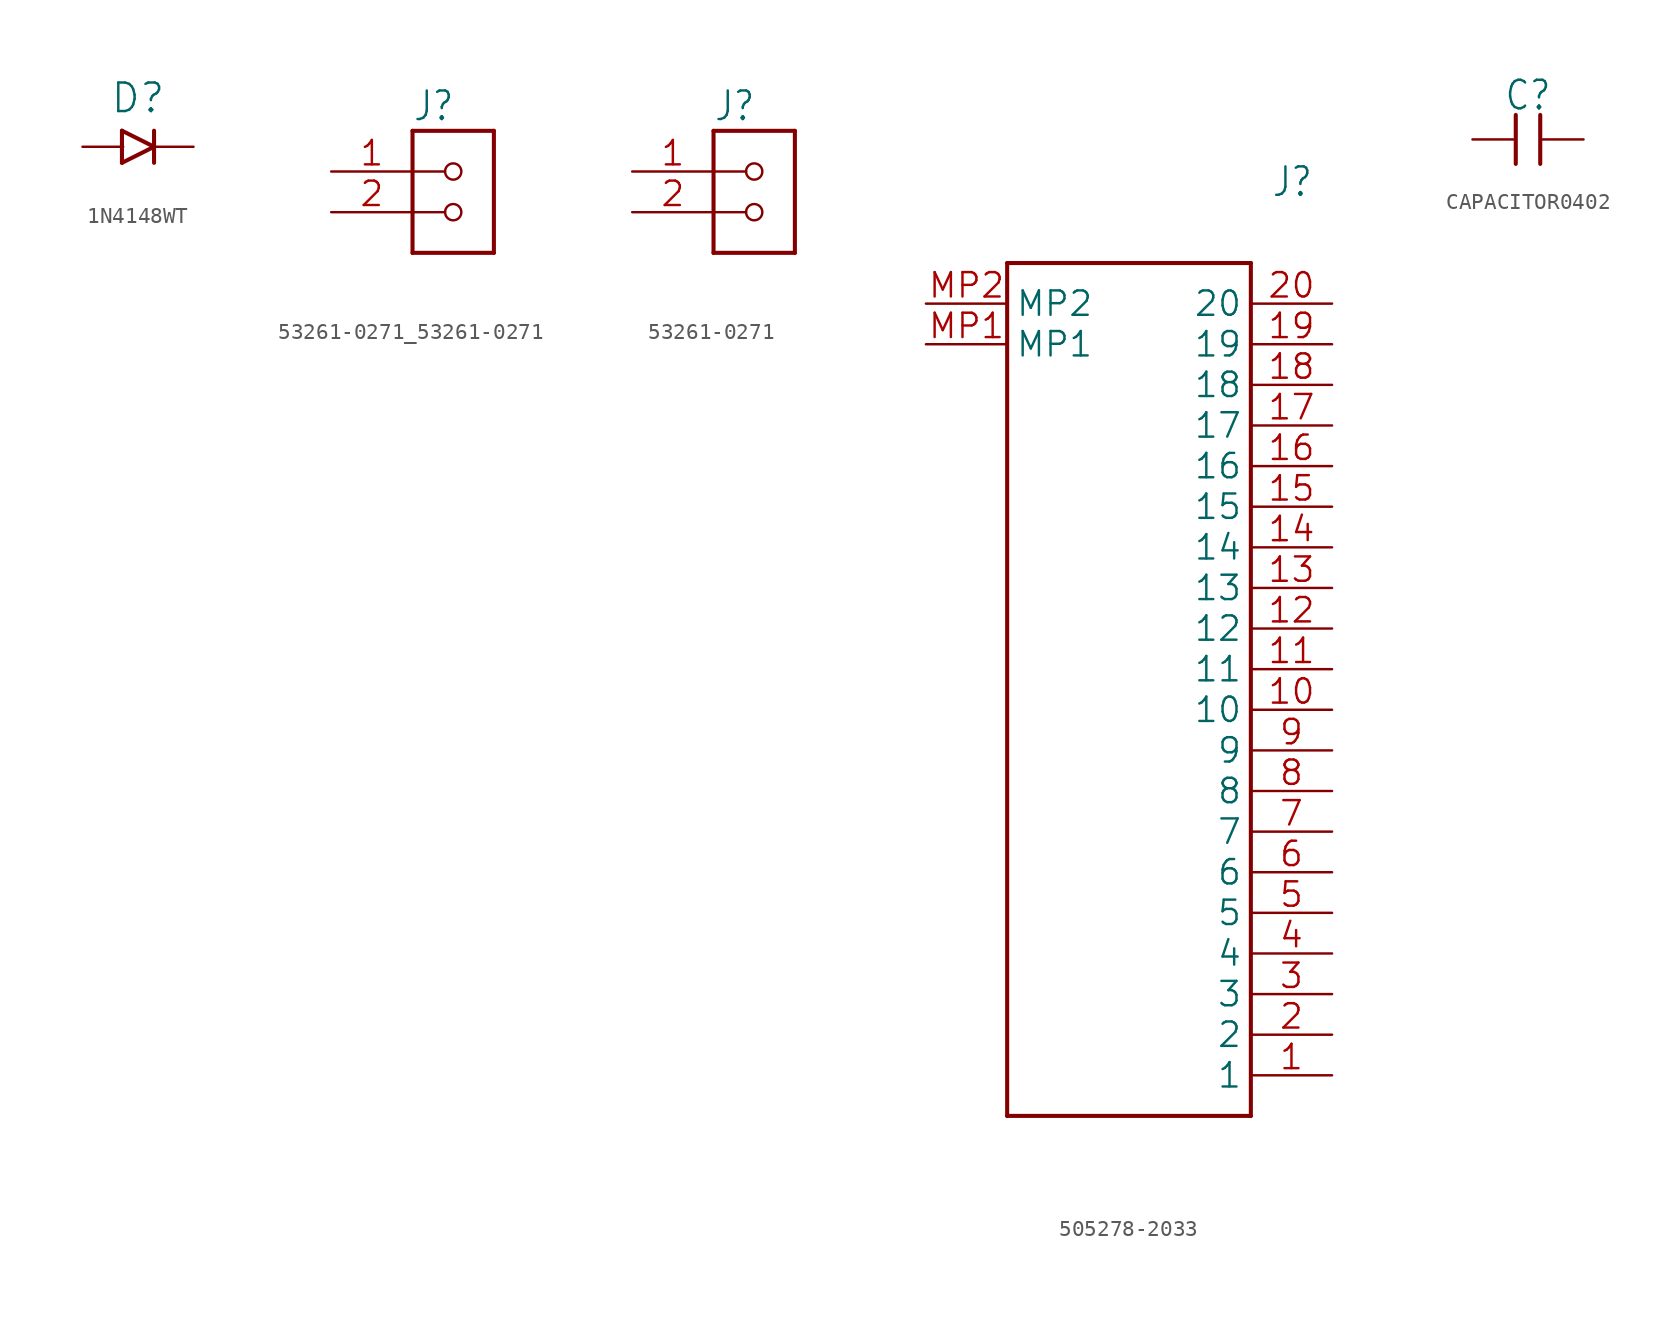
<source format=kicad_sym>
(kicad_symbol_lib
  (version 20241209)
  (generator "kicad_symbol_editor")
  (generator_version "9.0")
  (symbol "1N4148WT"
    (property "Reference" "D"
      (at 0 2 0)
      (effects (font (size 1.778 1.778)) (justify bottom)))
    (property "Value" ""
      (at 0 -2 0)
      (effects (font (size 1.778 1.778)) (justify top)))
    (property "ki_locked" ""
      (at 0 0 0)
      (effects (font (size 1.27 1.27))))
    (symbol "1N4148WT_1_0"
      (polyline (pts (xy -1 1) (xy -1 -1)) (stroke (width 0.254) (type solid)) (fill (type none)))
      (polyline (pts (xy -1 -1) (xy 1 0)) (stroke (width 0.254) (type solid)) (fill (type none)))
      (polyline (pts (xy 1 1) (xy 1 0)) (stroke (width 0.254) (type solid)) (fill (type none)))
      (polyline (pts (xy 1 0) (xy -1 1)) (stroke (width 0.254) (type solid)) (fill (type none)))
      (polyline (pts (xy 1 0) (xy 1 -1)) (stroke (width 0.254) (type solid)) (fill (type none)))
      (pin bidirectional line (at -3.46 0 0) (length 2.54) (name "A" (effects (font (size 0 0)))) (number "A" (effects (font (size 0 0)))))
      (pin bidirectional line (at 3.46 0 180) (length 2.54) (name "C" (effects (font (size 0 0)))) (number "C" (effects (font (size 0 0)))))))
  (symbol "53261-0271_53261-0271"
    (property "Reference" "J"
      (at -2.545 3.054 0)
      (effects (font (size 1.781 1.514)) (justify left bottom)))
    (property "Value" ""
      (at -2.542 -7.627 0)
      (effects (font (size 1.78 1.513)) (justify left bottom)))
    (property "ki_locked" ""
      (at 0 0 0)
      (effects (font (size 1.27 1.27))))
    (symbol "53261-0271_53261-0271_1_0"
      (polyline (pts (xy -2.54 2.54) (xy -2.54 -5.08)) (stroke (width 0.254) (type solid)) (fill (type none)))
      (polyline (pts (xy -2.54 2.54) (xy 2.54 2.54)) (stroke (width 0.254) (type solid)) (fill (type none)))
      (polyline (pts (xy -2.54 0) (xy -0.508 0)) (stroke (width 0.152) (type solid)) (fill (type none)))
      (polyline (pts (xy -2.54 -2.54) (xy -0.508 -2.54)) (stroke (width 0.152) (type solid)) (fill (type none)))
      (polyline (pts (xy -2.54 -5.08) (xy 2.54 -5.08)) (stroke (width 0.254) (type solid)) (fill (type none)))
      (circle (center 0 0) (radius 0.508) (stroke (width 0.152) (type solid)) (fill (type none)))
      (circle (center 0 -2.54) (radius 0.508) (stroke (width 0.152) (type solid)) (fill (type none)))
      (polyline (pts (xy 2.54 -5.08) (xy 2.54 2.54)) (stroke (width 0.254) (type solid)) (fill (type none)))
      (pin passive line (at -7.62 0 0) (length 5.08) (name "1" (effects (font (size 0 0)))) (number "1" (effects (font (size 1.524 1.524)))))
      (pin passive line (at -7.62 -2.54 0) (length 5.08) (name "2" (effects (font (size 0 0)))) (number "2" (effects (font (size 1.524 1.524)))))))
  (symbol "53261-0271"
    (property "Reference" "J"
      (at -2.545 3.054 0)
      (effects (font (size 1.781 1.514)) (justify left bottom)))
    (property "Value" ""
      (at -2.542 -7.627 0)
      (effects (font (size 1.78 1.513)) (justify left bottom)))
    (property "ki_locked" ""
      (at 0 0 0)
      (effects (font (size 1.27 1.27))))
    (symbol "53261-0271_1_0"
      (polyline (pts (xy -2.54 2.54) (xy -2.54 -5.08)) (stroke (width 0.254) (type solid)) (fill (type none)))
      (polyline (pts (xy -2.54 2.54) (xy 2.54 2.54)) (stroke (width 0.254) (type solid)) (fill (type none)))
      (polyline (pts (xy -2.54 0) (xy -0.508 0)) (stroke (width 0.152) (type solid)) (fill (type none)))
      (polyline (pts (xy -2.54 -2.54) (xy -0.508 -2.54)) (stroke (width 0.152) (type solid)) (fill (type none)))
      (polyline (pts (xy -2.54 -5.08) (xy 2.54 -5.08)) (stroke (width 0.254) (type solid)) (fill (type none)))
      (circle (center 0 0) (radius 0.508) (stroke (width 0.152) (type solid)) (fill (type none)))
      (circle (center 0 -2.54) (radius 0.508) (stroke (width 0.152) (type solid)) (fill (type none)))
      (polyline (pts (xy 2.54 -5.08) (xy 2.54 2.54)) (stroke (width 0.254) (type solid)) (fill (type none)))
      (pin passive line (at -7.62 0 0) (length 5.08) (name "1" (effects (font (size 0 0)))) (number "1" (effects (font (size 1.524 1.524)))))
      (pin passive line (at -7.62 -2.54 0) (length 5.08) (name "2" (effects (font (size 0 0)))) (number "2" (effects (font (size 1.524 1.524)))))))
  (symbol "505278-2033"
    (property "Reference" "J"
      (at 21.59 7.62 0)
      (effects (font (size 1.778 1.511)) (justify left)))
    (property "Value" ""
      (at 21.59 5.08 0)
      (effects (font (size 1.778 1.511)) (justify left)))
    (property "ki_locked" ""
      (at 0 0 0)
      (effects (font (size 1.27 1.27))))
    (symbol "505278-2033_1_0"
      (polyline (pts (xy 5.08 2.54) (xy 5.08 -50.8)) (stroke (width 0.254) (type solid)) (fill (type none)))
      (polyline (pts (xy 5.08 2.54) (xy 20.32 2.54)) (stroke (width 0.254) (type solid)) (fill (type none)))
      (polyline (pts (xy 20.32 -50.8) (xy 5.08 -50.8)) (stroke (width 0.254) (type solid)) (fill (type none)))
      (polyline (pts (xy 20.32 -50.8) (xy 20.32 2.54)) (stroke (width 0.254) (type solid)) (fill (type none)))
      (pin bidirectional line (at 0 0 0) (length 5.08) (name "MP2" (effects (font (size 1.524 1.524)))) (number "MP2" (effects (font (size 1.524 1.524)))))
      (pin bidirectional line (at 0 -2.54 0) (length 5.08) (name "MP1" (effects (font (size 1.524 1.524)))) (number "MP1" (effects (font (size 1.524 1.524)))))
      (pin bidirectional line (at 25.4 0 180) (length 5.08) (name "20" (effects (font (size 1.524 1.524)))) (number "20" (effects (font (size 1.524 1.524)))))
      (pin bidirectional line (at 25.4 -2.54 180) (length 5.08) (name "19" (effects (font (size 1.524 1.524)))) (number "19" (effects (font (size 1.524 1.524)))))
      (pin bidirectional line (at 25.4 -5.08 180) (length 5.08) (name "18" (effects (font (size 1.524 1.524)))) (number "18" (effects (font (size 1.524 1.524)))))
      (pin bidirectional line (at 25.4 -7.62 180) (length 5.08) (name "17" (effects (font (size 1.524 1.524)))) (number "17" (effects (font (size 1.524 1.524)))))
      (pin bidirectional line (at 25.4 -10.16 180) (length 5.08) (name "16" (effects (font (size 1.524 1.524)))) (number "16" (effects (font (size 1.524 1.524)))))
      (pin bidirectional line (at 25.4 -12.7 180) (length 5.08) (name "15" (effects (font (size 1.524 1.524)))) (number "15" (effects (font (size 1.524 1.524)))))
      (pin bidirectional line (at 25.4 -15.24 180) (length 5.08) (name "14" (effects (font (size 1.524 1.524)))) (number "14" (effects (font (size 1.524 1.524)))))
      (pin bidirectional line (at 25.4 -17.78 180) (length 5.08) (name "13" (effects (font (size 1.524 1.524)))) (number "13" (effects (font (size 1.524 1.524)))))
      (pin bidirectional line (at 25.4 -20.32 180) (length 5.08) (name "12" (effects (font (size 1.524 1.524)))) (number "12" (effects (font (size 1.524 1.524)))))
      (pin bidirectional line (at 25.4 -22.86 180) (length 5.08) (name "11" (effects (font (size 1.524 1.524)))) (number "11" (effects (font (size 1.524 1.524)))))
      (pin bidirectional line (at 25.4 -25.4 180) (length 5.08) (name "10" (effects (font (size 1.524 1.524)))) (number "10" (effects (font (size 1.524 1.524)))))
      (pin bidirectional line (at 25.4 -27.94 180) (length 5.08) (name "9" (effects (font (size 1.524 1.524)))) (number "9" (effects (font (size 1.524 1.524)))))
      (pin bidirectional line (at 25.4 -30.48 180) (length 5.08) (name "8" (effects (font (size 1.524 1.524)))) (number "8" (effects (font (size 1.524 1.524)))))
      (pin bidirectional line (at 25.4 -33.02 180) (length 5.08) (name "7" (effects (font (size 1.524 1.524)))) (number "7" (effects (font (size 1.524 1.524)))))
      (pin bidirectional line (at 25.4 -35.56 180) (length 5.08) (name "6" (effects (font (size 1.524 1.524)))) (number "6" (effects (font (size 1.524 1.524)))))
      (pin bidirectional line (at 25.4 -38.1 180) (length 5.08) (name "5" (effects (font (size 1.524 1.524)))) (number "5" (effects (font (size 1.524 1.524)))))
      (pin bidirectional line (at 25.4 -40.64 180) (length 5.08) (name "4" (effects (font (size 1.524 1.524)))) (number "4" (effects (font (size 1.524 1.524)))))
      (pin bidirectional line (at 25.4 -43.18 180) (length 5.08) (name "3" (effects (font (size 1.524 1.524)))) (number "3" (effects (font (size 1.524 1.524)))))
      (pin bidirectional line (at 25.4 -45.72 180) (length 5.08) (name "2" (effects (font (size 1.524 1.524)))) (number "2" (effects (font (size 1.524 1.524)))))
      (pin bidirectional line (at 25.4 -48.26 180) (length 5.08) (name "1" (effects (font (size 1.524 1.524)))) (number "1" (effects (font (size 1.524 1.524)))))))
  (symbol "CAPACITOR0402"
    (property "Reference" "C"
      (at 0 1.714 0)
      (effects (font (size 1.778 1.511)) (justify bottom)))
    (property "Value" ""
      (at 0 -1.714 0)
      (effects (font (size 1.778 1.511)) (justify top)))
    (property "ki_locked" ""
      (at 0 0 0)
      (effects (font (size 1.27 1.27))))
    (symbol "CAPACITOR0402_1_0"
      (polyline (pts (xy -0.762 1.524) (xy -0.762 -1.524)) (stroke (width 0.254) (type solid)) (fill (type none)))
      (polyline (pts (xy 0.762 -1.524) (xy 0.762 1.524)) (stroke (width 0.254) (type solid)) (fill (type none)))
      (pin bidirectional line (at -3.46 0 0) (length 2.54) (name "P$1" (effects (font (size 0 0)))) (number "1" (effects (font (size 0 0)))))
      (pin bidirectional line (at 3.46 0 180) (length 2.54) (name "P$2" (effects (font (size 0 0)))) (number "2" (effects (font (size 0 0))))))))
</source>
